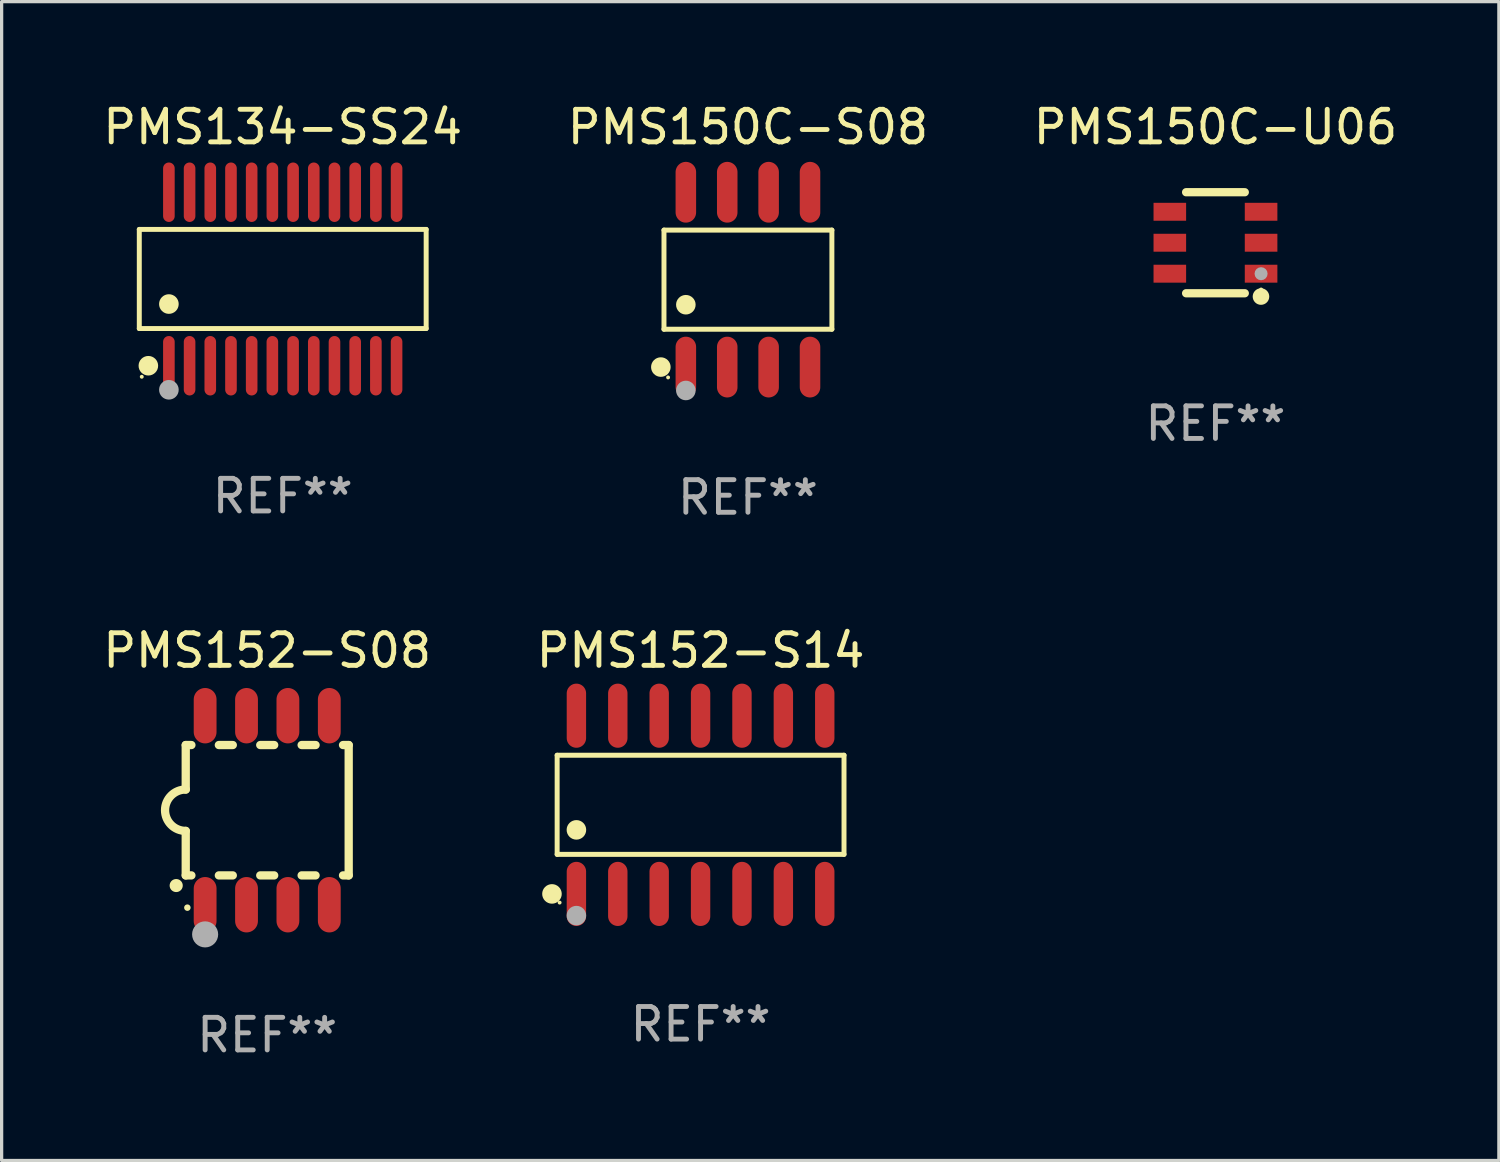
<source format=kicad_pcb>
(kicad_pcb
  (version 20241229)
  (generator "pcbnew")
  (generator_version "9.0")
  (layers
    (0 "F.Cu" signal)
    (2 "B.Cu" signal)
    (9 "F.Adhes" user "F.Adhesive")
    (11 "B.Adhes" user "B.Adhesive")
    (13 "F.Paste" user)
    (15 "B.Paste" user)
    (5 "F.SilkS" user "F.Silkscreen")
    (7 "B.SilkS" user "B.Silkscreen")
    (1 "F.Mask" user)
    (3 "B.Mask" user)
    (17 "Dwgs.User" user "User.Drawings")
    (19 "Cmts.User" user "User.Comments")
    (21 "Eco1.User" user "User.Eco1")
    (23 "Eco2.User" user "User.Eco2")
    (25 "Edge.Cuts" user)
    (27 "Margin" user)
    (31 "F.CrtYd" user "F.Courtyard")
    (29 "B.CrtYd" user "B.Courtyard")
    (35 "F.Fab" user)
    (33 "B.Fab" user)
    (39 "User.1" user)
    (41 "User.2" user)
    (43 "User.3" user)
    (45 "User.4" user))
  (footprint "PMS152-S08"
    (layer "F.Cu")
    (at 5.149 21.81)
    (property "Reference" "PMS152-S08" (at 0 -4.9 0) (layer "F.SilkS") (effects (font (size 1 1) (thickness 0.15))))
    (attr through_hole)
    (fp_line (start -2.5 -2) (end -2.5 -0.635) (stroke (width 0.254) (type solid)) (layer "F.SilkS"))
    (fp_line (start -2.5 -2) (end -2.326 -2) (stroke (width 0.254) (type solid)) (layer "F.SilkS"))
    (fp_line (start -2.5 2) (end -2.5 0.635) (stroke (width 0.254) (type solid)) (layer "F.SilkS"))
    (fp_line (start -2.5 2) (end -2.326 2) (stroke (width 0.254) (type solid)) (layer "F.SilkS"))
    (fp_line (start -1.484 -2) (end -1.056 -2) (stroke (width 0.254) (type solid)) (layer "F.SilkS"))
    (fp_line (start -1.484 2) (end -1.056 2) (stroke (width 0.254) (type solid)) (layer "F.SilkS"))
    (fp_line (start -0.214 -2) (end 0.214 -2) (stroke (width 0.254) (type solid)) (layer "F.SilkS"))
    (fp_line (start -0.214 2) (end 0.214 2) (stroke (width 0.254) (type solid)) (layer "F.SilkS"))
    (fp_line (start 1.056 -2) (end 1.484 -2) (stroke (width 0.254) (type solid)) (layer "F.SilkS"))
    (fp_line (start 1.056 2) (end 1.484 2) (stroke (width 0.254) (type solid)) (layer "F.SilkS"))
    (fp_line (start 2.326 -2) (end 2.5 -2) (stroke (width 0.254) (type solid)) (layer "F.SilkS"))
    (fp_line (start 2.326 2) (end 2.5 2) (stroke (width 0.254) (type solid)) (layer "F.SilkS"))
    (fp_line (start 2.5 -2) (end 2.5 2) (stroke (width 0.254) (type solid)) (layer "F.SilkS"))
    (fp_arc (start -2.794006 2.311405) (mid -2.792736 2.311401) (end -2.791466 2.311405) (stroke (width 0.4) (type solid)) (layer "F.SilkS"))
    (fp_arc (start -2.5 0.635001) (mid -3.134366 -0.000318) (end -2.499365 -0.635001) (stroke (width 0.254001) (type solid)) (layer "F.SilkS"))
    (fp_circle (center -2.45 2.99) (end -2.4 2.99) (stroke (width 0.1) (type solid)) (fill no) (layer "F.SilkS"))
    (fp_circle (center -1.905 3.81) (end -1.705 3.81) (stroke (width 0.4) (type solid)) (fill no) (layer "F.Fab"))
    (fp_text user "REF**" (at 0 6.9 0) (layer "F.Fab") (effects (font (size 1 1) (thickness 0.15))))
    (pad "1" smd oval (at -1.905 2.9 180) (size 0.7 1.7) (layers "F.Cu" "F.Mask" "F.Paste"))
    (pad "2" smd oval (at -0.635 2.9 180) (size 0.7 1.7) (layers "F.Cu" "F.Mask" "F.Paste"))
    (pad "3" smd oval (at 0.635 2.9 180) (size 0.7 1.7) (layers "F.Cu" "F.Mask" "F.Paste"))
    (pad "4" smd oval (at 1.905 2.9 180) (size 0.7 1.7) (layers "F.Cu" "F.Mask" "F.Paste"))
    (pad "5" smd oval (at 1.905 -2.9 180) (size 0.7 1.7) (layers "F.Cu" "F.Mask" "F.Paste"))
    (pad "6" smd oval (at 0.635 -2.9 180) (size 0.7 1.7) (layers "F.Cu" "F.Mask" "F.Paste"))
    (pad "7" smd oval (at -0.635 -2.9 180) (size 0.7 1.7) (layers "F.Cu" "F.Mask" "F.Paste"))
    (pad "8" smd oval (at -1.905 -2.9 180) (size 0.7 1.7) (layers "F.Cu" "F.Mask" "F.Paste")))
  (footprint "PMS152-S14"
    (layer "F.Cu")
    (at 18.446 21.644)
    (property "Reference" "PMS152-S14" (at 0 -4.734 0) (layer "F.SilkS") (effects (font (size 1 1) (thickness 0.15))))
    (attr through_hole)
    (fp_line (start -4.401 -1.521) (end 4.401 -1.521) (stroke (width 0.152) (type solid)) (layer "F.SilkS"))
    (fp_line (start -4.401 1.521) (end -4.401 -1.521) (stroke (width 0.152) (type solid)) (layer "F.SilkS"))
    (fp_line (start 4.401 -1.521) (end 4.401 1.521) (stroke (width 0.152) (type solid)) (layer "F.SilkS"))
    (fp_line (start 4.401 1.521) (end -4.401 1.521) (stroke (width 0.152) (type solid)) (layer "F.SilkS"))
    (fp_circle (center -4.56 2.734) (end -4.41 2.734) (stroke (width 0.3) (type solid)) (fill no) (layer "F.SilkS"))
    (fp_circle (center -4.325 3) (end -4.295 3) (stroke (width 0.06) (type solid)) (fill no) (layer "F.SilkS"))
    (fp_circle (center -3.81 0.769) (end -3.66 0.769) (stroke (width 0.3) (type solid)) (fill no) (layer "F.SilkS"))
    (fp_circle (center -3.81 3.4) (end -3.66 3.4) (stroke (width 0.3) (type solid)) (fill no) (layer "F.Fab"))
    (fp_text user "REF**" (at 0 6.734 0) (layer "F.Fab") (effects (font (size 1 1) (thickness 0.15))))
    (pad "1" smd oval (at -3.81 2.734) (size 0.595 1.968) (layers "F.Cu" "F.Mask" "F.Paste"))
    (pad "2" smd oval (at -2.54 2.734) (size 0.595 1.968) (layers "F.Cu" "F.Mask" "F.Paste"))
    (pad "3" smd oval (at -1.27 2.734) (size 0.595 1.968) (layers "F.Cu" "F.Mask" "F.Paste"))
    (pad "4" smd oval (at 0 2.734) (size 0.595 1.968) (layers "F.Cu" "F.Mask" "F.Paste"))
    (pad "5" smd oval (at 1.27 2.734) (size 0.595 1.968) (layers "F.Cu" "F.Mask" "F.Paste"))
    (pad "6" smd oval (at 2.54 2.734) (size 0.595 1.968) (layers "F.Cu" "F.Mask" "F.Paste"))
    (pad "7" smd oval (at 3.81 2.734) (size 0.595 1.968) (layers "F.Cu" "F.Mask" "F.Paste"))
    (pad "8" smd oval (at 3.81 -2.734) (size 0.595 1.968) (layers "F.Cu" "F.Mask" "F.Paste"))
    (pad "9" smd oval (at 2.54 -2.734) (size 0.595 1.968) (layers "F.Cu" "F.Mask" "F.Paste"))
    (pad "10" smd oval (at 1.27 -2.734) (size 0.595 1.968) (layers "F.Cu" "F.Mask" "F.Paste"))
    (pad "11" smd oval (at 0 -2.734) (size 0.595 1.968) (layers "F.Cu" "F.Mask" "F.Paste"))
    (pad "12" smd oval (at -1.27 -2.734) (size 0.595 1.968) (layers "F.Cu" "F.Mask" "F.Paste"))
    (pad "13" smd oval (at -2.54 -2.734) (size 0.595 1.968) (layers "F.Cu" "F.Mask" "F.Paste"))
    (pad "14" smd oval (at -3.81 -2.734) (size 0.595 1.968) (layers "F.Cu" "F.Mask" "F.Paste")))
  (footprint "PMS134-SS24"
    (layer "F.Cu")
    (at 5.625 5.51)
    (property "Reference" "PMS134-SS24" (at 0 -4.662 0) (layer "F.SilkS") (effects (font (size 1 1) (thickness 0.15))))
    (attr through_hole)
    (fp_line (start -4.401 -1.521) (end 4.401 -1.521) (stroke (width 0.152) (type solid)) (layer "F.SilkS"))
    (fp_line (start -4.401 1.521) (end -4.401 -1.521) (stroke (width 0.152) (type solid)) (layer "F.SilkS"))
    (fp_line (start 4.401 -1.521) (end 4.401 1.521) (stroke (width 0.152) (type solid)) (layer "F.SilkS"))
    (fp_line (start 4.401 1.521) (end -4.401 1.521) (stroke (width 0.152) (type solid)) (layer "F.SilkS"))
    (fp_circle (center -4.325 3) (end -4.295 3) (stroke (width 0.06) (type solid)) (fill no) (layer "F.SilkS"))
    (fp_circle (center -4.123 2.662) (end -3.973 2.662) (stroke (width 0.3) (type solid)) (fill no) (layer "F.SilkS"))
    (fp_circle (center -3.493 0.769) (end -3.342 0.769) (stroke (width 0.3) (type solid)) (fill no) (layer "F.SilkS"))
    (fp_circle (center -3.493 3.4) (end -3.342 3.4) (stroke (width 0.3) (type solid)) (fill no) (layer "F.Fab"))
    (fp_text user "REF**" (at 0 6.662 0) (layer "F.Fab") (effects (font (size 1 1) (thickness 0.15))))
    (pad "1" smd oval (at -3.493 2.662) (size 0.356 1.824) (layers "F.Cu" "F.Mask" "F.Paste"))
    (pad "2" smd oval (at -2.858 2.662) (size 0.356 1.824) (layers "F.Cu" "F.Mask" "F.Paste"))
    (pad "3" smd oval (at -2.223 2.662) (size 0.356 1.824) (layers "F.Cu" "F.Mask" "F.Paste"))
    (pad "4" smd oval (at -1.588 2.662) (size 0.356 1.824) (layers "F.Cu" "F.Mask" "F.Paste"))
    (pad "5" smd oval (at -0.953 2.662) (size 0.356 1.824) (layers "F.Cu" "F.Mask" "F.Paste"))
    (pad "6" smd oval (at -0.318 2.662) (size 0.356 1.824) (layers "F.Cu" "F.Mask" "F.Paste"))
    (pad "7" smd oval (at 0.318 2.662) (size 0.356 1.824) (layers "F.Cu" "F.Mask" "F.Paste"))
    (pad "8" smd oval (at 0.953 2.662) (size 0.356 1.824) (layers "F.Cu" "F.Mask" "F.Paste"))
    (pad "9" smd oval (at 1.588 2.662) (size 0.356 1.824) (layers "F.Cu" "F.Mask" "F.Paste"))
    (pad "10" smd oval (at 2.223 2.662) (size 0.356 1.824) (layers "F.Cu" "F.Mask" "F.Paste"))
    (pad "11" smd oval (at 2.858 2.662) (size 0.356 1.824) (layers "F.Cu" "F.Mask" "F.Paste"))
    (pad "12" smd oval (at 3.493 2.662) (size 0.356 1.824) (layers "F.Cu" "F.Mask" "F.Paste"))
    (pad "13" smd oval (at 3.493 -2.662) (size 0.356 1.824) (layers "F.Cu" "F.Mask" "F.Paste"))
    (pad "14" smd oval (at 2.858 -2.662) (size 0.356 1.824) (layers "F.Cu" "F.Mask" "F.Paste"))
    (pad "15" smd oval (at 2.223 -2.662) (size 0.356 1.824) (layers "F.Cu" "F.Mask" "F.Paste"))
    (pad "16" smd oval (at 1.588 -2.662) (size 0.356 1.824) (layers "F.Cu" "F.Mask" "F.Paste"))
    (pad "17" smd oval (at 0.953 -2.662) (size 0.356 1.824) (layers "F.Cu" "F.Mask" "F.Paste"))
    (pad "18" smd oval (at 0.318 -2.662) (size 0.356 1.824) (layers "F.Cu" "F.Mask" "F.Paste"))
    (pad "19" smd oval (at -0.318 -2.662) (size 0.356 1.824) (layers "F.Cu" "F.Mask" "F.Paste"))
    (pad "20" smd oval (at -0.953 -2.662) (size 0.356 1.824) (layers "F.Cu" "F.Mask" "F.Paste"))
    (pad "21" smd oval (at -1.588 -2.662) (size 0.356 1.824) (layers "F.Cu" "F.Mask" "F.Paste"))
    (pad "22" smd oval (at -2.223 -2.662) (size 0.356 1.824) (layers "F.Cu" "F.Mask" "F.Paste"))
    (pad "23" smd oval (at -2.858 -2.662) (size 0.356 1.824) (layers "F.Cu" "F.Mask" "F.Paste"))
    (pad "24" smd oval (at -3.493 -2.662) (size 0.356 1.824) (layers "F.Cu" "F.Mask" "F.Paste")))
  (footprint "PMS150C-U06"
    (layer "F.Cu")
    (at 34.244 4.398)
    (property "Reference" "PMS150C-U06" (at 0 -3.55 0) (layer "F.SilkS") (effects (font (size 1 1) (thickness 0.15))))
    (attr through_hole)
    (fp_line (start -0.9 -1.55) (end 0.9 -1.55) (stroke (width 0.254) (type solid)) (layer "F.SilkS"))
    (fp_line (start -0.9 1.55) (end 0.9 1.55) (stroke (width 0.254) (type solid)) (layer "F.SilkS"))
    (fp_circle (center 1.397 1.651) (end 1.524 1.651) (stroke (width 0.254) (type solid)) (fill no) (layer "F.SilkS"))
    (fp_circle (center 1.4 1.435) (end 1.43 1.435) (stroke (width 0.06) (type solid)) (fill no) (layer "F.SilkS"))
    (fp_circle (center 1.4 0.95) (end 1.5 0.95) (stroke (width 0.2) (type solid)) (fill no) (layer "F.Fab"))
    (fp_text user "REF**" (at 0 5.55 0) (layer "F.Fab") (effects (font (size 1 1) (thickness 0.15))))
    (pad "1" smd rect (at 1.4 0.95) (size 1 0.55) (layers "F.Cu" "F.Mask" "F.Paste"))
    (pad "2" smd rect (at 1.4 -0.000102) (size 1 0.55) (layers "F.Cu" "F.Mask" "F.Paste"))
    (pad "3" smd rect (at 1.4 -0.95) (size 1 0.55) (layers "F.Cu" "F.Mask" "F.Paste"))
    (pad "4" smd rect (at -1.4 -0.95) (size 1 0.55) (layers "F.Cu" "F.Mask" "F.Paste"))
    (pad "5" smd rect (at -1.4 -0.000102) (size 1 0.55) (layers "F.Cu" "F.Mask" "F.Paste"))
    (pad "6" smd rect (at -1.4 0.95) (size 1 0.55) (layers "F.Cu" "F.Mask" "F.Paste")))
  (footprint "PMS150C-S08"
    (layer "F.Cu")
    (at 19.899 5.531)
    (property "Reference" "PMS150C-S08" (at 0 -4.682 0) (layer "F.SilkS") (effects (font (size 1 1) (thickness 0.15))))
    (attr through_hole)
    (fp_line (start -2.576 -1.521) (end 2.576 -1.521) (stroke (width 0.152) (type solid)) (layer "F.SilkS"))
    (fp_line (start -2.576 1.521) (end -2.576 -1.521) (stroke (width 0.152) (type solid)) (layer "F.SilkS"))
    (fp_line (start 2.576 -1.521) (end 2.576 1.521) (stroke (width 0.152) (type solid)) (layer "F.SilkS"))
    (fp_line (start 2.576 1.521) (end -2.576 1.521) (stroke (width 0.152) (type solid)) (layer "F.SilkS"))
    (fp_circle (center -2.672 2.682) (end -2.522 2.682) (stroke (width 0.3) (type solid)) (fill no) (layer "F.SilkS"))
    (fp_circle (center -2.45 3) (end -2.42 3) (stroke (width 0.06) (type solid)) (fill no) (layer "F.SilkS"))
    (fp_circle (center -1.905 0.769) (end -1.755 0.769) (stroke (width 0.3) (type solid)) (fill no) (layer "F.SilkS"))
    (fp_circle (center -1.905 3.4) (end -1.755 3.4) (stroke (width 0.3) (type solid)) (fill no) (layer "F.Fab"))
    (fp_text user "REF**" (at 0 6.682 0) (layer "F.Fab") (effects (font (size 1 1) (thickness 0.15))))
    (pad "1" smd oval (at -1.905 2.682) (size 0.63 1.865) (layers "F.Cu" "F.Mask" "F.Paste"))
    (pad "2" smd oval (at -0.635 2.682) (size 0.63 1.865) (layers "F.Cu" "F.Mask" "F.Paste"))
    (pad "3" smd oval (at 0.635 2.682) (size 0.63 1.865) (layers "F.Cu" "F.Mask" "F.Paste"))
    (pad "4" smd oval (at 1.905 2.682) (size 0.63 1.865) (layers "F.Cu" "F.Mask" "F.Paste"))
    (pad "5" smd oval (at 1.905 -2.682) (size 0.63 1.865) (layers "F.Cu" "F.Mask" "F.Paste"))
    (pad "6" smd oval (at 0.635 -2.682) (size 0.63 1.865) (layers "F.Cu" "F.Mask" "F.Paste"))
    (pad "7" smd oval (at -0.635 -2.682) (size 0.63 1.865) (layers "F.Cu" "F.Mask" "F.Paste"))
    (pad "8" smd oval (at -1.905 -2.682) (size 0.63 1.865) (layers "F.Cu" "F.Mask" "F.Paste")))
  (gr_rect
    (start -3 -3)
    (end 42.94 32.558)
    (stroke (width 0.1) (type default))
    (fill no)
    (layer "Edge.Cuts")))
</source>
